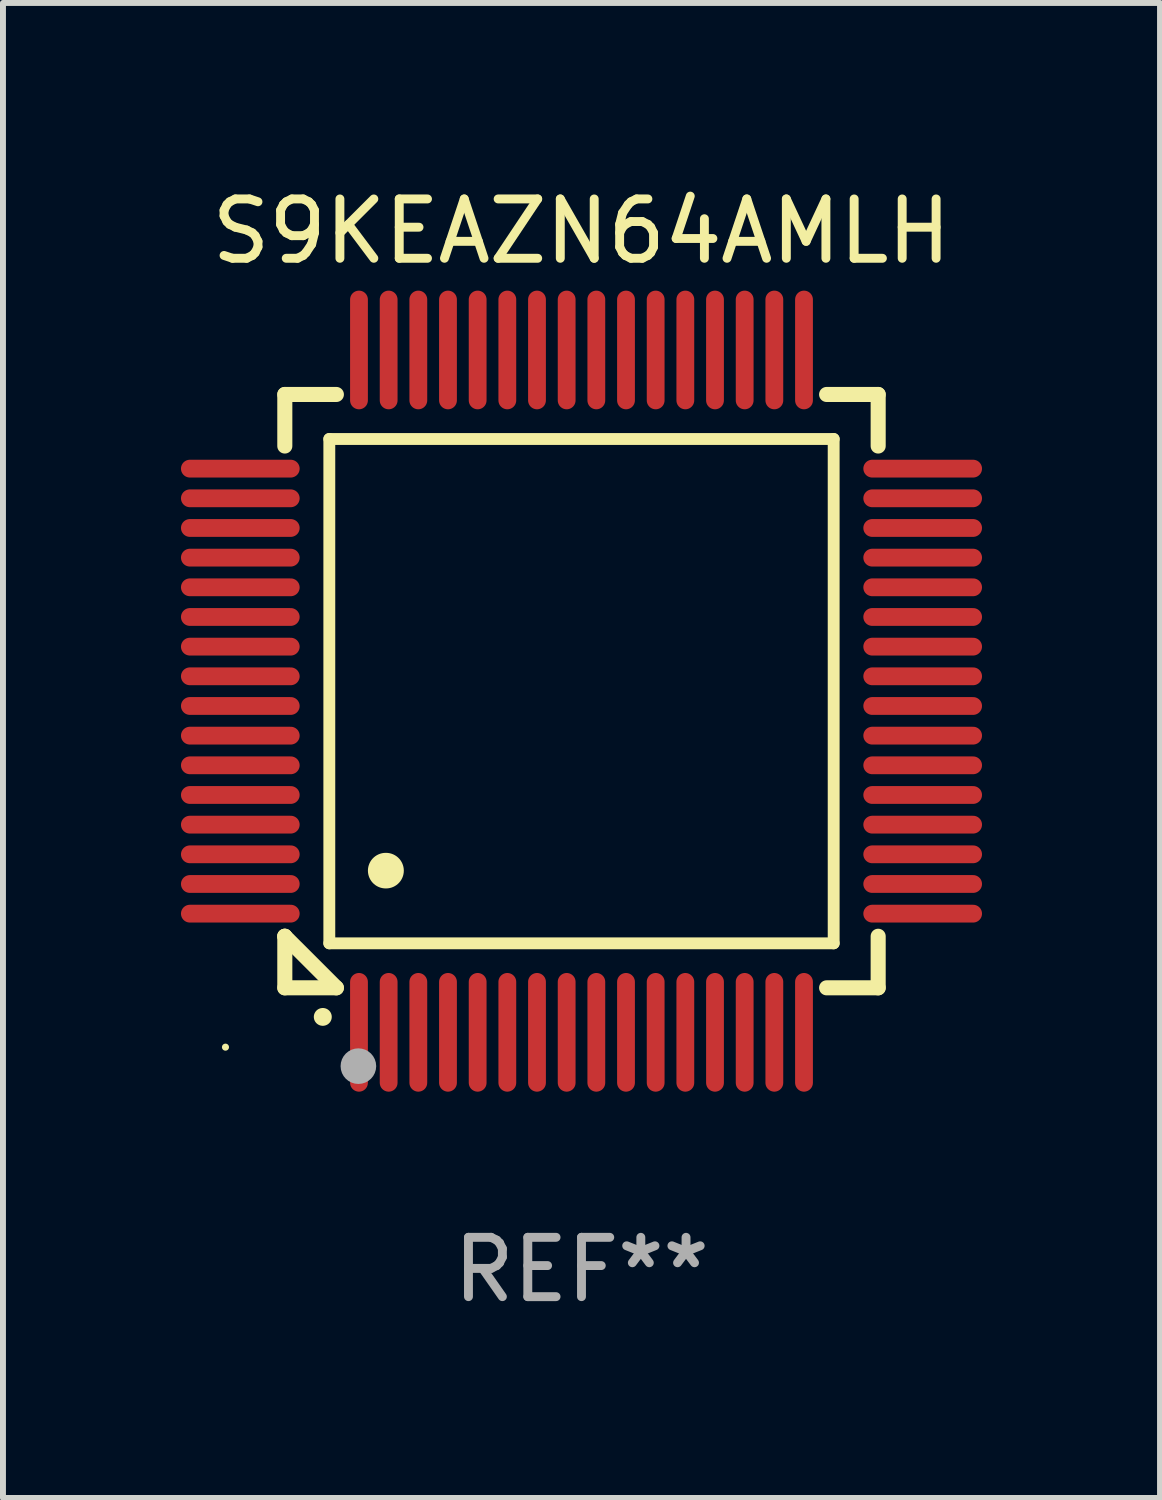
<source format=kicad_pcb>
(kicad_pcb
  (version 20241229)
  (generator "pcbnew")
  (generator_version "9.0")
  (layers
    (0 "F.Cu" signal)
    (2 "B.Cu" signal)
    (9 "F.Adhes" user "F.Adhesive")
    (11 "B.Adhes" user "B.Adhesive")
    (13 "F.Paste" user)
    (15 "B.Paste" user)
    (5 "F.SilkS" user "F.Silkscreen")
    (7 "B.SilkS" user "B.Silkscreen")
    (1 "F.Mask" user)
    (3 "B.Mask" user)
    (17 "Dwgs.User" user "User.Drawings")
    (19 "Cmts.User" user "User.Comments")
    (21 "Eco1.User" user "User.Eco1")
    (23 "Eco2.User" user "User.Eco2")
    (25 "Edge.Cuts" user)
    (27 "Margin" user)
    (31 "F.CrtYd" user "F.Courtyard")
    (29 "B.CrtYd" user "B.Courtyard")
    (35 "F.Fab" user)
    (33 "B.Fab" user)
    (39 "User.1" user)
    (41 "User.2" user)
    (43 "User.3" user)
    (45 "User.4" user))
  (footprint "S9KEAZN64AMLH"
    (layer "F.Cu")
    (at 6.75 8.598)
    (property "Reference" "S9KEAZN64AMLH" (at 0 -7.75 0) (layer "F.SilkS") (effects (font (size 1 1) (thickness 0.15))))
    (attr through_hole)
    (fp_line (start -5 -5) (end -4.131 -5) (stroke (width 0.254) (type solid)) (layer "F.SilkS"))
    (fp_line (start -5 -4.131) (end -5 -5) (stroke (width 0.254) (type solid)) (layer "F.SilkS"))
    (fp_line (start -5 4.131) (end -5 4.131) (stroke (width 0.254) (type solid)) (layer "F.SilkS"))
    (fp_line (start -5 5) (end -5 4.131) (stroke (width 0.254) (type solid)) (layer "F.SilkS"))
    (fp_line (start -5 4.131) (end -4.131 5) (stroke (width 0.254) (type solid)) (layer "F.SilkS"))
    (fp_line (start -4.25 -4.25) (end -4.25 4.25) (stroke (width 0.2) (type solid)) (layer "F.SilkS"))
    (fp_line (start -4.25 4.25) (end 4.25 4.25) (stroke (width 0.2) (type solid)) (layer "F.SilkS"))
    (fp_line (start -4.131 5) (end -5 5) (stroke (width 0.254) (type solid)) (layer "F.SilkS"))
    (fp_line (start 4.25 -4.25) (end -4.25 -4.25) (stroke (width 0.2) (type solid)) (layer "F.SilkS"))
    (fp_line (start 4.25 4.25) (end 4.25 -4.25) (stroke (width 0.2) (type solid)) (layer "F.SilkS"))
    (fp_line (start 5 -5) (end 4.131 -5) (stroke (width 0.254) (type solid)) (layer "F.SilkS"))
    (fp_line (start 5 -5) (end 5 -4.131) (stroke (width 0.254) (type solid)) (layer "F.SilkS"))
    (fp_line (start 5 4.131) (end 5 5) (stroke (width 0.254) (type solid)) (layer "F.SilkS"))
    (fp_line (start 5 5) (end 4.131 5) (stroke (width 0.254) (type solid)) (layer "F.SilkS"))
    (fp_arc (start -4.361265 5.489992) (mid -4.359995 5.489987) (end -4.358725 5.489992) (stroke (width 0.3) (type solid)) (layer "F.SilkS"))
    (fp_arc (start -3.299467 3.025146) (mid -3.296927 3.025135) (end -3.294387 3.025146) (stroke (width 0.6) (type solid)) (layer "F.SilkS"))
    (fp_circle (center -6 6) (end -5.97 6) (stroke (width 0.06) (type solid)) (fill no) (layer "F.SilkS"))
    (fp_circle (center -3.76 6.32) (end -3.61 6.32) (stroke (width 0.3) (type solid)) (fill no) (layer "F.Fab"))
    (fp_text user "REF**" (at 0 9.75 0) (layer "F.Fab") (effects (font (size 1 1) (thickness 0.15))))
    (pad "1" smd oval (at -3.75 5.75) (size 0.3 2) (layers "F.Cu" "F.Mask" "F.Paste"))
    (pad "2" smd oval (at -3.25 5.75) (size 0.3 2) (layers "F.Cu" "F.Mask" "F.Paste"))
    (pad "3" smd oval (at -2.75 5.75) (size 0.3 2) (layers "F.Cu" "F.Mask" "F.Paste"))
    (pad "4" smd oval (at -2.25 5.75) (size 0.3 2) (layers "F.Cu" "F.Mask" "F.Paste"))
    (pad "5" smd oval (at -1.75 5.75) (size 0.3 2) (layers "F.Cu" "F.Mask" "F.Paste"))
    (pad "6" smd oval (at -1.25 5.75) (size 0.3 2) (layers "F.Cu" "F.Mask" "F.Paste"))
    (pad "7" smd oval (at -0.75 5.75) (size 0.3 2) (layers "F.Cu" "F.Mask" "F.Paste"))
    (pad "8" smd oval (at -0.25 5.75) (size 0.3 2) (layers "F.Cu" "F.Mask" "F.Paste"))
    (pad "9" smd oval (at 0.25 5.75) (size 0.3 2) (layers "F.Cu" "F.Mask" "F.Paste"))
    (pad "10" smd oval (at 0.75 5.75) (size 0.3 2) (layers "F.Cu" "F.Mask" "F.Paste"))
    (pad "11" smd oval (at 1.25 5.75) (size 0.3 2) (layers "F.Cu" "F.Mask" "F.Paste"))
    (pad "12" smd oval (at 1.75 5.75) (size 0.3 2) (layers "F.Cu" "F.Mask" "F.Paste"))
    (pad "13" smd oval (at 2.25 5.75) (size 0.3 2) (layers "F.Cu" "F.Mask" "F.Paste"))
    (pad "14" smd oval (at 2.75 5.75) (size 0.3 2) (layers "F.Cu" "F.Mask" "F.Paste"))
    (pad "15" smd oval (at 3.25 5.75) (size 0.3 2) (layers "F.Cu" "F.Mask" "F.Paste"))
    (pad "16" smd oval (at 3.75 5.75) (size 0.3 2) (layers "F.Cu" "F.Mask" "F.Paste"))
    (pad "17" smd oval (at 5.75 3.75) (size 2 0.3) (layers "F.Cu" "F.Mask" "F.Paste"))
    (pad "18" smd oval (at 5.75 3.25) (size 2 0.3) (layers "F.Cu" "F.Mask" "F.Paste"))
    (pad "19" smd oval (at 5.75 2.75) (size 2 0.3) (layers "F.Cu" "F.Mask" "F.Paste"))
    (pad "20" smd oval (at 5.75 2.25) (size 2 0.3) (layers "F.Cu" "F.Mask" "F.Paste"))
    (pad "21" smd oval (at 5.75 1.75) (size 2 0.3) (layers "F.Cu" "F.Mask" "F.Paste"))
    (pad "22" smd oval (at 5.75 1.25) (size 2 0.3) (layers "F.Cu" "F.Mask" "F.Paste"))
    (pad "23" smd oval (at 5.75 0.75) (size 2 0.3) (layers "F.Cu" "F.Mask" "F.Paste"))
    (pad "24" smd oval (at 5.75 0.25) (size 2 0.3) (layers "F.Cu" "F.Mask" "F.Paste"))
    (pad "25" smd oval (at 5.75 -0.25) (size 2 0.3) (layers "F.Cu" "F.Mask" "F.Paste"))
    (pad "26" smd oval (at 5.75 -0.75) (size 2 0.3) (layers "F.Cu" "F.Mask" "F.Paste"))
    (pad "27" smd oval (at 5.75 -1.25) (size 2 0.3) (layers "F.Cu" "F.Mask" "F.Paste"))
    (pad "28" smd oval (at 5.75 -1.75) (size 2 0.3) (layers "F.Cu" "F.Mask" "F.Paste"))
    (pad "29" smd oval (at 5.75 -2.25) (size 2 0.3) (layers "F.Cu" "F.Mask" "F.Paste"))
    (pad "30" smd oval (at 5.75 -2.75) (size 2 0.3) (layers "F.Cu" "F.Mask" "F.Paste"))
    (pad "31" smd oval (at 5.75 -3.25) (size 2 0.3) (layers "F.Cu" "F.Mask" "F.Paste"))
    (pad "32" smd oval (at 5.75 -3.75) (size 2 0.3) (layers "F.Cu" "F.Mask" "F.Paste"))
    (pad "33" smd oval (at 3.75 -5.75) (size 0.3 2) (layers "F.Cu" "F.Mask" "F.Paste"))
    (pad "34" smd oval (at 3.25 -5.75) (size 0.3 2) (layers "F.Cu" "F.Mask" "F.Paste"))
    (pad "35" smd oval (at 2.75 -5.75) (size 0.3 2) (layers "F.Cu" "F.Mask" "F.Paste"))
    (pad "36" smd oval (at 2.25 -5.75) (size 0.3 2) (layers "F.Cu" "F.Mask" "F.Paste"))
    (pad "37" smd oval (at 1.75 -5.75) (size 0.3 2) (layers "F.Cu" "F.Mask" "F.Paste"))
    (pad "38" smd oval (at 1.25 -5.75) (size 0.3 2) (layers "F.Cu" "F.Mask" "F.Paste"))
    (pad "39" smd oval (at 0.75 -5.75) (size 0.3 2) (layers "F.Cu" "F.Mask" "F.Paste"))
    (pad "40" smd oval (at 0.25 -5.75) (size 0.3 2) (layers "F.Cu" "F.Mask" "F.Paste"))
    (pad "41" smd oval (at -0.25 -5.75) (size 0.3 2) (layers "F.Cu" "F.Mask" "F.Paste"))
    (pad "42" smd oval (at -0.75 -5.75) (size 0.3 2) (layers "F.Cu" "F.Mask" "F.Paste"))
    (pad "43" smd oval (at -1.25 -5.75) (size 0.3 2) (layers "F.Cu" "F.Mask" "F.Paste"))
    (pad "44" smd oval (at -1.75 -5.75) (size 0.3 2) (layers "F.Cu" "F.Mask" "F.Paste"))
    (pad "45" smd oval (at -2.25 -5.75) (size 0.3 2) (layers "F.Cu" "F.Mask" "F.Paste"))
    (pad "46" smd oval (at -2.75 -5.75) (size 0.3 2) (layers "F.Cu" "F.Mask" "F.Paste"))
    (pad "47" smd oval (at -3.25 -5.75) (size 0.3 2) (layers "F.Cu" "F.Mask" "F.Paste"))
    (pad "48" smd oval (at -3.75 -5.75) (size 0.3 2) (layers "F.Cu" "F.Mask" "F.Paste"))
    (pad "49" smd oval (at -5.75 -3.75) (size 2 0.3) (layers "F.Cu" "F.Mask" "F.Paste"))
    (pad "50" smd oval (at -5.75 -3.25) (size 2 0.3) (layers "F.Cu" "F.Mask" "F.Paste"))
    (pad "51" smd oval (at -5.75 -2.75) (size 2 0.3) (layers "F.Cu" "F.Mask" "F.Paste"))
    (pad "52" smd oval (at -5.75 -2.25) (size 2 0.3) (layers "F.Cu" "F.Mask" "F.Paste"))
    (pad "53" smd oval (at -5.75 -1.75) (size 2 0.3) (layers "F.Cu" "F.Mask" "F.Paste"))
    (pad "54" smd oval (at -5.75 -1.25) (size 2 0.3) (layers "F.Cu" "F.Mask" "F.Paste"))
    (pad "55" smd oval (at -5.75 -0.75) (size 2 0.3) (layers "F.Cu" "F.Mask" "F.Paste"))
    (pad "56" smd oval (at -5.75 -0.25) (size 2 0.3) (layers "F.Cu" "F.Mask" "F.Paste"))
    (pad "57" smd oval (at -5.75 0.25) (size 2 0.3) (layers "F.Cu" "F.Mask" "F.Paste"))
    (pad "58" smd oval (at -5.75 0.75) (size 2 0.3) (layers "F.Cu" "F.Mask" "F.Paste"))
    (pad "59" smd oval (at -5.75 1.25) (size 2 0.3) (layers "F.Cu" "F.Mask" "F.Paste"))
    (pad "60" smd oval (at -5.75 1.75) (size 2 0.3) (layers "F.Cu" "F.Mask" "F.Paste"))
    (pad "61" smd oval (at -5.75 2.25) (size 2 0.3) (layers "F.Cu" "F.Mask" "F.Paste"))
    (pad "62" smd oval (at -5.75 2.75) (size 2 0.3) (layers "F.Cu" "F.Mask" "F.Paste"))
    (pad "63" smd oval (at -5.75 3.25) (size 2 0.3) (layers "F.Cu" "F.Mask" "F.Paste"))
    (pad "64" smd oval (at -5.75 3.75) (size 2 0.3) (layers "F.Cu" "F.Mask" "F.Paste")))
  (gr_rect
    (start -3 -3)
    (end 16.5 22.196)
    (stroke (width 0.1) (type default))
    (fill no)
    (layer "Edge.Cuts")))
</source>
